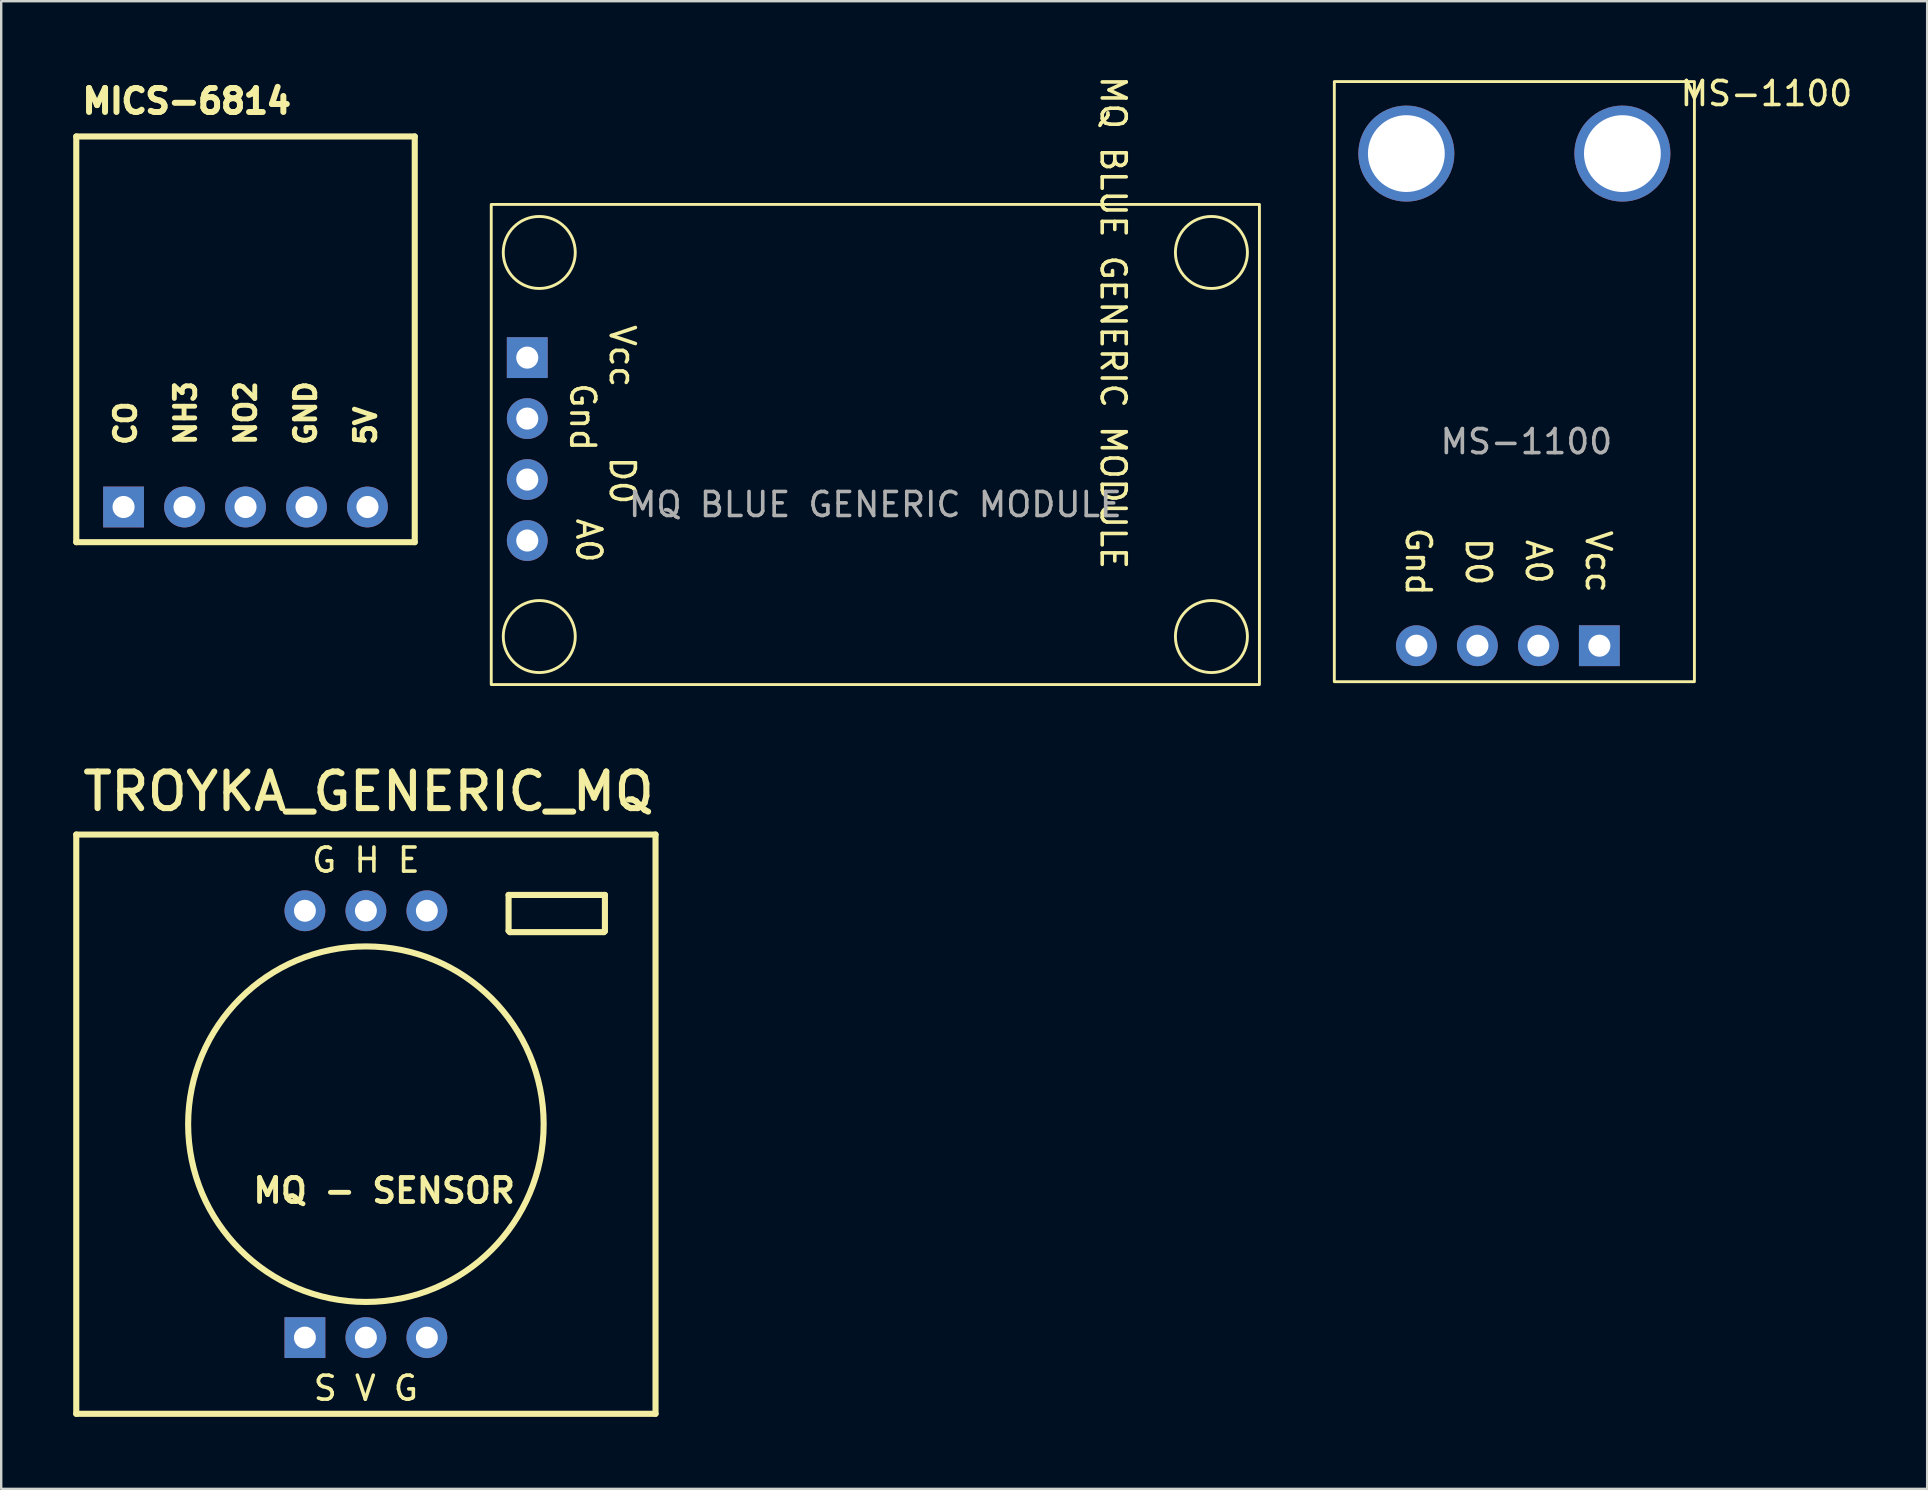
<source format=kicad_pcb>
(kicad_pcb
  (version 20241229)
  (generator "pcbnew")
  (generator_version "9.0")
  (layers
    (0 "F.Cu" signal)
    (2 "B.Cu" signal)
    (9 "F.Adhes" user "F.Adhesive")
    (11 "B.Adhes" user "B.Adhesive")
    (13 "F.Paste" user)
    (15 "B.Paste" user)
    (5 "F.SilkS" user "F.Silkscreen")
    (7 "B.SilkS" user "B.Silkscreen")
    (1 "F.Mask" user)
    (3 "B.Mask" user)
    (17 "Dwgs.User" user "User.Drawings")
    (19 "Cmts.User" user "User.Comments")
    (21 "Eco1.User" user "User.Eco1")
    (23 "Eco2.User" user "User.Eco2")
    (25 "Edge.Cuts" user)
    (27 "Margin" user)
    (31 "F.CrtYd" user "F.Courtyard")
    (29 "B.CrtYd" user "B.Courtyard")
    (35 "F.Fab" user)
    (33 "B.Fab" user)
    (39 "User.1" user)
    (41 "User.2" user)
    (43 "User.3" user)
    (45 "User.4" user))
  (footprint "MICS-6814"
    (layer "F.Cu")
    (at 7.177 11.085)
    (property "Reference" "MICS-6814" (at -6.921 -9.335 0) (unlocked yes) (layer "F.SilkS") (effects (font (size 1 1) (thickness 0.25)) (justify left bottom)))
    (attr through_hole)
    (fp_line (start -7.05 -8.45) (end 7.05 -8.45) (stroke (width 0.254) (type solid)) (layer "F.SilkS"))
    (fp_line (start -7.05 8.45) (end -7.05 -8.45) (stroke (width 0.254) (type solid)) (layer "F.SilkS"))
    (fp_line (start -7.05 8.45) (end 7.05 8.45) (stroke (width 0.254) (type solid)) (layer "F.SilkS"))
    (fp_line (start 7.05 8.45) (end 7.05 -8.45) (stroke (width 0.254) (type solid)) (layer "F.SilkS"))
    (fp_text user "5V" (at 5.5 4.5 90) (unlocked yes) (layer "F.SilkS") (effects (font (size 0.85 0.85) (thickness 0.203)) (justify left bottom)))
    (fp_text user "CO" (at -4.5 4.5 90) (unlocked yes) (layer "F.SilkS") (effects (font (size 0.85 0.85) (thickness 0.203)) (justify left bottom)))
    (fp_text user "NO2" (at 0.5 4.5 90) (unlocked yes) (layer "F.SilkS") (effects (font (size 0.85 0.85) (thickness 0.203)) (justify left bottom)))
    (fp_text user "GND" (at 3 4.5 90) (unlocked yes) (layer "F.SilkS") (effects (font (size 0.85 0.85) (thickness 0.203)) (justify left bottom)))
    (fp_text user "NH3" (at -2 4.5 90) (unlocked yes) (layer "F.SilkS") (effects (font (size 0.85 0.85) (thickness 0.203)) (justify left bottom)))
    (pad "1" thru_hole rect (at -5.08 6.985) (size 1.7 1.7) (drill 0.92) (layers "*.Cu" "*.Mask"))
    (pad "2" thru_hole circle (at -2.54 6.985) (size 1.7 1.7) (drill 0.92) (layers "*.Cu" "*.Mask"))
    (pad "3" thru_hole circle (at 0 6.985) (size 1.7 1.7) (drill 0.92) (layers "*.Cu" "*.Mask"))
    (pad "4" thru_hole circle (at 2.54 6.985) (size 1.7 1.7) (drill 0.92) (layers "*.Cu" "*.Mask"))
    (pad "5" thru_hole circle (at 5.08 6.985) (size 1.7 1.7) (drill 0.92) (layers "*.Cu" "*.Mask")))
  (footprint "MS-1100"
    (layer "F.Cu")
    (at 60.034 12.848)
    (property "Reference" "MS-1100" (at 10.5 -12 0) (unlocked yes) (layer "F.SilkS") (effects (font (size 1 1) (thickness 0.15))))
    (attr through_hole)
    (fp_rect (start -7.5 -12.5) (end 7.5 12.5) (stroke (width 0.12) (type solid)) (fill no) (layer "F.SilkS"))
    (fp_line (start -5.08 10) (end 4.92 10) (stroke (width 0.12) (type solid)) (layer "Eco1.User"))
    (fp_line (start -5.08 12) (end -5.08 10) (stroke (width 0.12) (type solid)) (layer "Eco1.User"))
    (fp_line (start 4.92 10) (end 4.92 12) (stroke (width 0.12) (type solid)) (layer "Eco1.User"))
    (fp_line (start 4.92 12) (end -5.08 12) (stroke (width 0.12) (type solid)) (layer "Eco1.User"))
    (fp_circle (center 0 -4.5) (end 3.5 -4) (stroke (width 0.12) (type solid)) (fill no) (layer "Eco1.User"))
    (fp_text user "D0" (at -1.5 7.5 270) (unlocked yes) (layer "F.SilkS") (effects (font (size 1 1) (thickness 0.15))))
    (fp_text user "Vcc" (at 3.5 7.5 270) (unlocked yes) (layer "F.SilkS") (effects (font (size 1 1) (thickness 0.15))))
    (fp_text user "A0" (at 1 7.5 270) (unlocked yes) (layer "F.SilkS") (effects (font (size 1 1) (thickness 0.15))))
    (fp_text user "Gnd" (at -4 7.5 270) (unlocked yes) (layer "F.SilkS") (effects (font (size 1 1) (thickness 0.15))))
    (fp_text user "${REFERENCE}" (at 0.5 2.5 0) (unlocked yes) (layer "F.Fab") (effects (font (size 1 1) (thickness 0.15))))
    (pad "" thru_hole circle (at -4.5 -9.5) (size 4 4) (drill 3.2) (layers "*.Cu" "*.Mask"))
    (pad "" thru_hole circle (at 4.5 -9.5) (size 4 4) (drill 3.2) (layers "*.Cu" "*.Mask"))
    (pad "1" thru_hole rect (at 3.54 11 180) (size 1.7 1.7) (drill 0.92) (layers "*.Cu" "*.Mask"))
    (pad "2" thru_hole circle (at 1 11 180) (size 1.7 1.7) (drill 0.92) (layers "*.Cu" "*.Mask"))
    (pad "3" thru_hole circle (at -1.54 11 180) (size 1.7 1.7) (drill 0.92) (layers "*.Cu" "*.Mask"))
    (pad "4" thru_hole oval (at -4.08 11 180) (size 1.7 1.7) (drill 0.92) (layers "*.Cu" "*.Mask")))
  (footprint "TROYKA_GENERIC_MQ"
    (layer "F.Cu")
    (at 12.192 43.78)
    (property "Reference" "TROYKA_GENERIC_MQ" (at -11.925 -12.967 0) (unlocked yes) (layer "F.SilkS") (effects (font (size 1.524 1.524) (thickness 0.254)) (justify left bottom)))
    (fp_line (start -12.065 -12.065) (end 12.065 -12.065) (stroke (width 0.254) (type solid)) (layer "F.SilkS"))
    (fp_line (start -12.065 12.065) (end -12.065 -12.065) (stroke (width 0.254) (type solid)) (layer "F.SilkS"))
    (fp_line (start -12.065 12.065) (end 12.065 12.065) (stroke (width 0.254) (type solid)) (layer "F.SilkS"))
    (fp_line (start 5.944 -9.55) (end 9.957 -9.55) (stroke (width 0.254) (type solid)) (layer "F.SilkS"))
    (fp_line (start 5.944 -8.056) (end 5.944 -9.55) (stroke (width 0.254) (type solid)) (layer "F.SilkS"))
    (fp_line (start 5.944 -8.056) (end 6 -8) (stroke (width 0.254) (type solid)) (layer "F.SilkS"))
    (fp_line (start 6 -8) (end 9.914 -8) (stroke (width 0.254) (type solid)) (layer "F.SilkS"))
    (fp_line (start 9.914 -8) (end 9.957 -8.043) (stroke (width 0.254) (type solid)) (layer "F.SilkS"))
    (fp_line (start 9.957 -8.043) (end 9.957 -9.55) (stroke (width 0.254) (type solid)) (layer "F.SilkS"))
    (fp_line (start 12.065 12.065) (end 12.065 -12.065) (stroke (width 0.254) (type solid)) (layer "F.SilkS"))
    (fp_circle (center 0 0) (end 0 -7.405) (stroke (width 0.254) (type solid)) (fill no) (layer "F.SilkS"))
    (fp_text user "MQ - SENSOR" (at -4.801 3.353 0) (unlocked yes) (layer "F.SilkS") (effects (font (size 1 1) (thickness 0.203)) (justify left bottom)))
    (fp_text user "G H E" (at 0 -11 0) (unlocked yes) (layer "F.SilkS") (effects (font (size 1 1) (thickness 0.15))))
    (fp_text user "S V G" (at 0 11 0) (unlocked yes) (layer "F.SilkS") (effects (font (size 1 1) (thickness 0.15))))
    (pad "1" thru_hole rect (at -2.54 8.89) (size 1.7 1.7) (drill 0.914) (layers "*.Cu" "*.Mask"))
    (pad "2" thru_hole circle (at 0 8.89) (size 1.7 1.7) (drill 0.914) (layers "*.Cu" "*.Mask"))
    (pad "3" thru_hole circle (at 2.54 8.89) (size 1.7 1.7) (drill 0.914) (layers "*.Cu" "*.Mask"))
    (pad "4" thru_hole circle (at -2.54 -8.89) (size 1.7 1.7) (drill 0.914) (layers "*.Cu" "*.Mask"))
    (pad "5" thru_hole circle (at 0 -8.89) (size 1.7 1.7) (drill 0.914) (layers "*.Cu" "*.Mask"))
    (pad "6" thru_hole circle (at 2.54 -8.89) (size 1.7 1.7) (drill 0.914) (layers "*.Cu" "*.Mask")))
  (footprint "MQ BLUE GENERIC MODULE"
    (layer "F.Cu")
    (at 33.414 15.467)
    (property "Reference" "MQ BLUE GENERIC MODULE" (at 9.906 -5.08 270) (unlocked yes) (layer "F.SilkS") (effects (font (size 1 1) (thickness 0.15))))
    (attr through_hole)
    (fp_rect (start -16 -10) (end 16 10) (stroke (width 0.12) (type solid)) (fill no) (layer "F.SilkS"))
    (fp_circle (center -14 -8) (end -12.5 -8) (stroke (width 0.12) (type solid)) (fill no) (layer "F.SilkS"))
    (fp_circle (center -14 8) (end -12.5 8) (stroke (width 0.12) (type solid)) (fill no) (layer "F.SilkS"))
    (fp_circle (center 14 -8) (end 15.5 -8) (stroke (width 0.12) (type solid)) (fill no) (layer "F.SilkS"))
    (fp_circle (center 14 8) (end 15.5 8) (stroke (width 0.12) (type solid)) (fill no) (layer "F.SilkS"))
    (fp_line (start -16 -10) (end -16 -5) (stroke (width 0.12) (type solid)) (layer "Eco1.User"))
    (fp_line (start -16 10) (end -16 5) (stroke (width 0.12) (type solid)) (layer "Eco1.User"))
    (fp_line (start -15.5 -5) (end -13.5 -5) (stroke (width 0.12) (type solid)) (layer "Eco1.User"))
    (fp_line (start -15.5 5) (end -15.5 -5) (stroke (width 0.12) (type solid)) (layer "Eco1.User"))
    (fp_line (start -13.5 -5) (end -13.5 5) (stroke (width 0.12) (type solid)) (layer "Eco1.User"))
    (fp_line (start -13.5 5) (end -15.5 5) (stroke (width 0.12) (type solid)) (layer "Eco1.User"))
    (fp_text user "D0" (at -10.541 1.5 270) (unlocked yes) (layer "F.SilkS") (effects (font (size 1 1) (thickness 0.15))))
    (fp_text user "Vcc" (at -10.541 -3.683 270) (unlocked yes) (layer "F.SilkS") (effects (font (size 1 1) (thickness 0.15))))
    (fp_text user "A0" (at -11.938 4 270) (unlocked yes) (layer "F.SilkS") (effects (font (size 1 1) (thickness 0.15))))
    (fp_text user "Gnd" (at -12.192 -1.143 270) (unlocked yes) (layer "F.SilkS") (effects (font (size 1 1) (thickness 0.15))))
    (fp_text user "${REFERENCE}" (at 0 2.5 0) (unlocked yes) (layer "F.Fab") (effects (font (size 1 1) (thickness 0.15))))
    (pad "1" thru_hole rect (at -14.5 -3.62 270) (size 1.7 1.7) (drill 0.92) (layers "*.Cu" "*.Mask"))
    (pad "2" thru_hole circle (at -14.5 -1.08 270) (size 1.7 1.7) (drill 0.92) (layers "*.Cu" "*.Mask"))
    (pad "3" thru_hole circle (at -14.5 1.46 270) (size 1.7 1.7) (drill 0.92) (layers "*.Cu" "*.Mask"))
    (pad "4" thru_hole oval (at -14.5 4 270) (size 1.7 1.7) (drill 0.92) (layers "*.Cu" "*.Mask")))
  (gr_rect
    (start -3 -3)
    (end 77.23 58.972)
    (stroke (width 0.1) (type default))
    (fill no)
    (layer "Edge.Cuts")))
</source>
